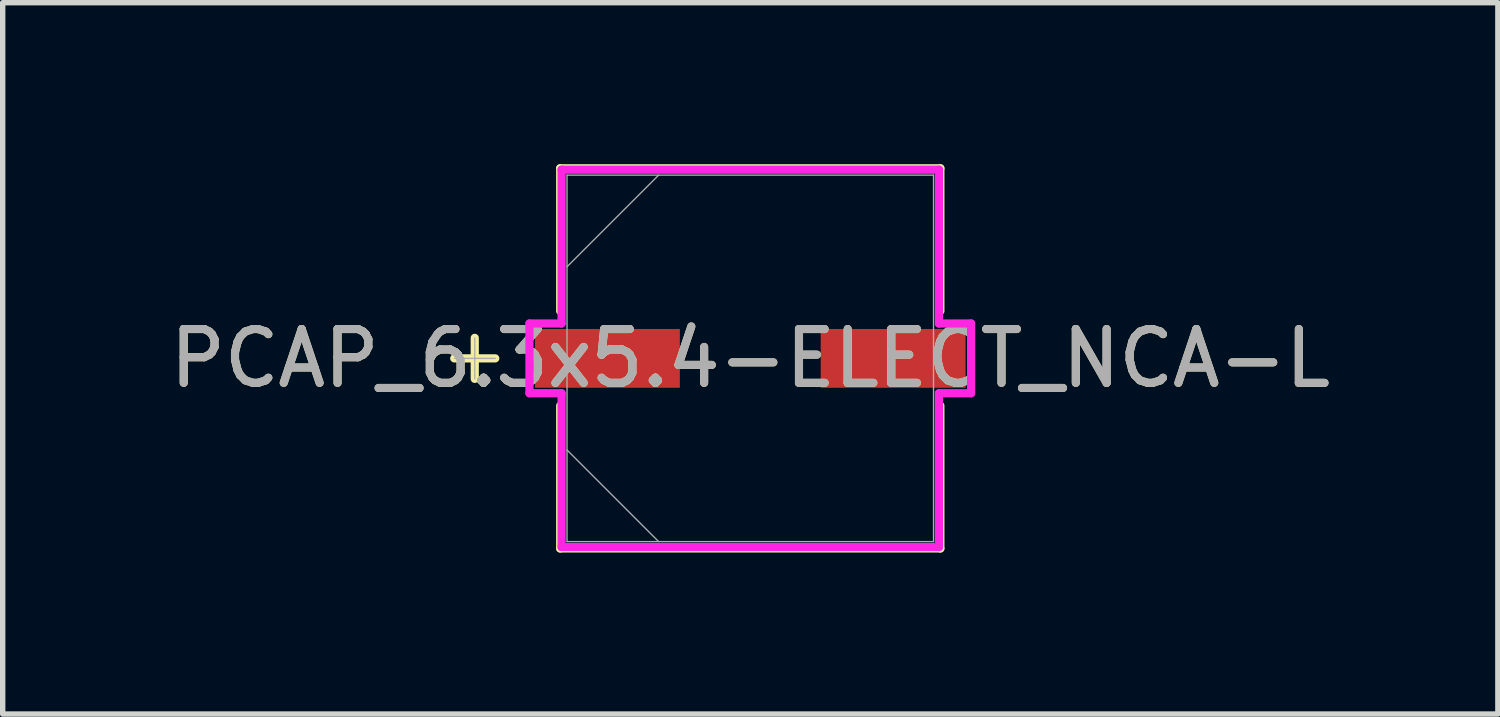
<source format=kicad_pcb>
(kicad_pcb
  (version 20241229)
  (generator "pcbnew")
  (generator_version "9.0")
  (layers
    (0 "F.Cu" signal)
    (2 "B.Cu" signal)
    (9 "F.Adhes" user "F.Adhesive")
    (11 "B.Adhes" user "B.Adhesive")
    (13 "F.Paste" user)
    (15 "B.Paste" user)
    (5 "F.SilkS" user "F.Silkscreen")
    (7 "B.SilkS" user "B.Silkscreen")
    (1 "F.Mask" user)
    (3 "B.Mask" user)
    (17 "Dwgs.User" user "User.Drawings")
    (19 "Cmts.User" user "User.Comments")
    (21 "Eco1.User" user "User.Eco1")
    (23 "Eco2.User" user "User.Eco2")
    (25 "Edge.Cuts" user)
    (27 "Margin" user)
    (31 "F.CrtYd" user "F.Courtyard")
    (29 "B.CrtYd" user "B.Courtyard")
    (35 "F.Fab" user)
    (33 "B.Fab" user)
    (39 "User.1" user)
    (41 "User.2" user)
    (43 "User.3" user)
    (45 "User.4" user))
  (footprint "PCAP_6.3x5.4-ELECT_NCA-L"
    (layer "F.Cu")
    (at 10.887 3.607)
    (property "Reference" "PCAP_6.3x5.4-ELECT_NCA-L" (at 0 0 0) (unlocked yes) (layer "F.SilkS") (effects (font (size 1 1) (thickness 0.15))))
    (attr smd)
    (fp_line (start -5.118 -0.381) (end -5.118 0.381) (stroke (width 0.152) (type solid)) (layer "F.SilkS"))
    (fp_line (start -4.737 0) (end -5.499 0) (stroke (width 0.152) (type solid)) (layer "F.SilkS"))
    (fp_line (start -3.531 -3.531) (end -3.531 -0.879) (stroke (width 0.152) (type solid)) (layer "F.SilkS"))
    (fp_line (start -3.531 0.879) (end -3.531 3.531) (stroke (width 0.152) (type solid)) (layer "F.SilkS"))
    (fp_line (start -3.531 3.531) (end 3.531 3.531) (stroke (width 0.152) (type solid)) (layer "F.SilkS"))
    (fp_line (start 3.531 -3.531) (end -3.531 -3.531) (stroke (width 0.152) (type solid)) (layer "F.SilkS"))
    (fp_line (start 3.531 -0.879) (end 3.531 -3.531) (stroke (width 0.152) (type solid)) (layer "F.SilkS"))
    (fp_line (start 3.531 3.531) (end 3.531 0.879) (stroke (width 0.152) (type solid)) (layer "F.SilkS"))
    (fp_line (start -4.102 -0.648) (end -3.505 -0.648) (stroke (width 0.152) (type solid)) (layer "F.CrtYd"))
    (fp_line (start -4.102 0.648) (end -4.102 -0.648) (stroke (width 0.152) (type solid)) (layer "F.CrtYd"))
    (fp_line (start -3.505 -3.505) (end 3.505 -3.505) (stroke (width 0.152) (type solid)) (layer "F.CrtYd"))
    (fp_line (start -3.505 -0.648) (end -3.505 -3.505) (stroke (width 0.152) (type solid)) (layer "F.CrtYd"))
    (fp_line (start -3.505 0.648) (end -4.102 0.648) (stroke (width 0.152) (type solid)) (layer "F.CrtYd"))
    (fp_line (start -3.505 3.505) (end -3.505 0.648) (stroke (width 0.152) (type solid)) (layer "F.CrtYd"))
    (fp_line (start 3.505 -3.505) (end 3.505 -0.648) (stroke (width 0.152) (type solid)) (layer "F.CrtYd"))
    (fp_line (start 3.505 -0.648) (end 4.102 -0.648) (stroke (width 0.152) (type solid)) (layer "F.CrtYd"))
    (fp_line (start 3.505 0.648) (end 3.505 3.505) (stroke (width 0.152) (type solid)) (layer "F.CrtYd"))
    (fp_line (start 3.505 3.505) (end -3.505 3.505) (stroke (width 0.152) (type solid)) (layer "F.CrtYd"))
    (fp_line (start 4.102 -0.648) (end 4.102 0.648) (stroke (width 0.152) (type solid)) (layer "F.CrtYd"))
    (fp_line (start 4.102 0.648) (end 3.505 0.648) (stroke (width 0.152) (type solid)) (layer "F.CrtYd"))
    (fp_line (start -5.118 -0.381) (end -5.118 0.381) (stroke (width 0.025) (type solid)) (layer "F.Fab"))
    (fp_line (start -4.737 0) (end -5.499 0) (stroke (width 0.025) (type solid)) (layer "F.Fab"))
    (fp_line (start -3.404 -3.404) (end -3.404 3.404) (stroke (width 0.025) (type solid)) (layer "F.Fab"))
    (fp_line (start -3.404 -1.702) (end -1.702 -3.404) (stroke (width 0.025) (type solid)) (layer "F.Fab"))
    (fp_line (start -3.404 1.702) (end -1.702 3.404) (stroke (width 0.025) (type solid)) (layer "F.Fab"))
    (fp_line (start -3.404 3.404) (end 3.404 3.404) (stroke (width 0.025) (type solid)) (layer "F.Fab"))
    (fp_line (start 3.404 -3.404) (end -3.404 -3.404) (stroke (width 0.025) (type solid)) (layer "F.Fab"))
    (fp_line (start 3.404 3.404) (end 3.404 -3.404) (stroke (width 0.025) (type solid)) (layer "F.Fab"))
    (fp_text user "${REFERENCE}" (at 0 0 0) (unlocked yes) (layer "F.Fab") (effects (font (size 1 1) (thickness 0.15))))
    (pad "1" smd rect (at -2.654 0) (size 2.692 1.092) (layers "F.Cu" "F.Mask" "F.Paste"))
    (pad "2" smd rect (at 2.654 0) (size 2.692 1.092) (layers "F.Cu" "F.Mask" "F.Paste"))
    (zone (net_name "") (layer "F.Cu") (hatch full 0.508) (connect_pads) (min_thickness 0.254) (filled_areas_thickness no) (keepout (tracks not_allowed) (vias not_allowed) (pads allowed) (copperpour not_allowed) (footprints allowed)) (placement (enabled no)) (fill) (polygon (pts (xy 7.534 0.254) (xy 14.24 0.254) (xy 14.24 3.01) (xy 7.534 3.01))))
    (zone (net_name "") (layer "F.Cu") (hatch full 0.508) (connect_pads) (min_thickness 0.254) (filled_areas_thickness no) (keepout (tracks not_allowed) (vias not_allowed) (pads allowed) (copperpour not_allowed) (footprints allowed)) (placement (enabled no)) (fill) (polygon (pts (xy 7.534 4.204) (xy 14.24 4.204) (xy 14.24 6.96) (xy 7.534 6.96))))
    (zone (net_name "") (layer "F.Cu") (hatch full 0.508) (connect_pads) (min_thickness 0.254) (filled_areas_thickness no) (keepout (tracks not_allowed) (vias not_allowed) (pads allowed) (copperpour not_allowed) (footprints allowed)) (placement (enabled no)) (fill) (polygon (pts (xy 9.63 3.01) (xy 12.144 3.01) (xy 12.144 4.204) (xy 9.63 4.204)))))
  (gr_rect
    (start -3 -3)
    (end 24.774 10.214)
    (stroke (width 0.1) (type default))
    (fill no)
    (layer "Edge.Cuts")))
</source>
